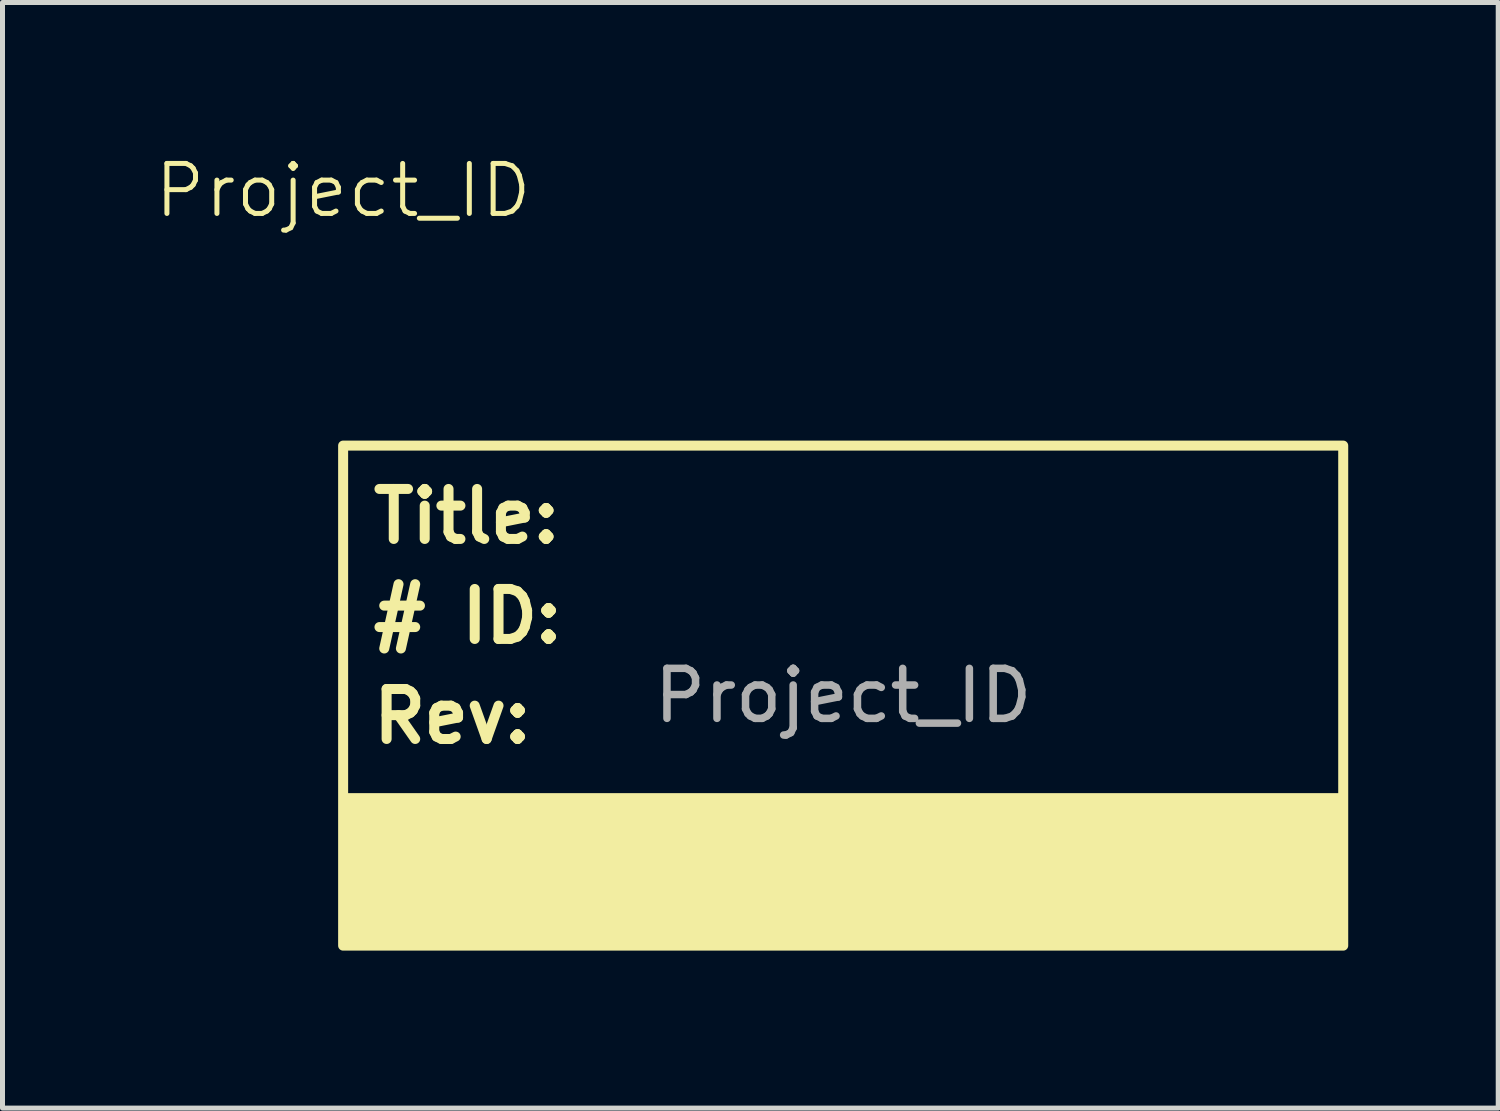
<source format=kicad_pcb>
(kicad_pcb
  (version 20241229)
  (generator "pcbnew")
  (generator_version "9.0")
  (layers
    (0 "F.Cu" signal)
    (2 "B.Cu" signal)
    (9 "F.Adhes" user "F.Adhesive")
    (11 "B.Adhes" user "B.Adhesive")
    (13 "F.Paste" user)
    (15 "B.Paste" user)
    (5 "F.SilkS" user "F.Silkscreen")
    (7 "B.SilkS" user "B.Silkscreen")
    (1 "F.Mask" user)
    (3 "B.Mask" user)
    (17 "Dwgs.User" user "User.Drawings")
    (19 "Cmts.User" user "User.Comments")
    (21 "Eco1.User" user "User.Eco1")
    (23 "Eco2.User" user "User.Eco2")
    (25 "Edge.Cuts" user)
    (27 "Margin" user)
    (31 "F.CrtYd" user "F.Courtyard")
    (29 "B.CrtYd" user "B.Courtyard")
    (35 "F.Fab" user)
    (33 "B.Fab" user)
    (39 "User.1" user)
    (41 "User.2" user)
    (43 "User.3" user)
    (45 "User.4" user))
  (footprint "Project_ID"
    (layer "F.Cu")
    (at 3.812 15.861)
    (property "Reference" "Project_ID" (at 0 -15.1 0) (unlocked yes) (layer "F.SilkS") (effects (font (size 1 1) (thickness 0.1))))
    (attr board_only exclude_from_pos_files exclude_from_bom)
    (fp_rect (start 0 -10) (end 20 0) (stroke (width 0.2) (type solid)) (fill no) (layer "F.SilkS"))
    (fp_rect (start 0 -3) (end 20 0) (stroke (width 0.1) (type solid)) (fill yes) (layer "F.SilkS"))
    (fp_text user "# ID: ${COMMENT1}" (at 0.5 -6 0) (unlocked yes) (layer "F.SilkS") (effects (font (size 1 1) (thickness 0.2) (bold yes)) (justify left bottom)))
    (fp_text user "Rev: ${REVISION}" (at 0.5 -4 0) (unlocked yes) (layer "F.SilkS") (effects (font (size 1 1) (thickness 0.2) (bold yes)) (justify left bottom)))
    (fp_text user "${COMMENT1}" (at 0.5 -4.2 0) (unlocked yes) (layer "F.SilkS") (effects (font (size 1 1) (thickness 0.2) (bold yes)) (justify left bottom)))
    (fp_text user "Title:  ${TITLE}" (at 0.5 -8 0) (unlocked yes) (layer "F.SilkS") (effects (font (size 1 1) (thickness 0.2) (bold yes)) (justify left bottom)))
    (fp_text user "${REFERENCE}" (at 10 -5 0) (unlocked yes) (layer "F.Fab") (effects (font (size 1 1) (thickness 0.15)))))
  (gr_rect
    (start -3 -3)
    (end 26.912 19.11)
    (stroke (width 0.1) (type default))
    (fill no)
    (layer "Edge.Cuts")))
</source>
